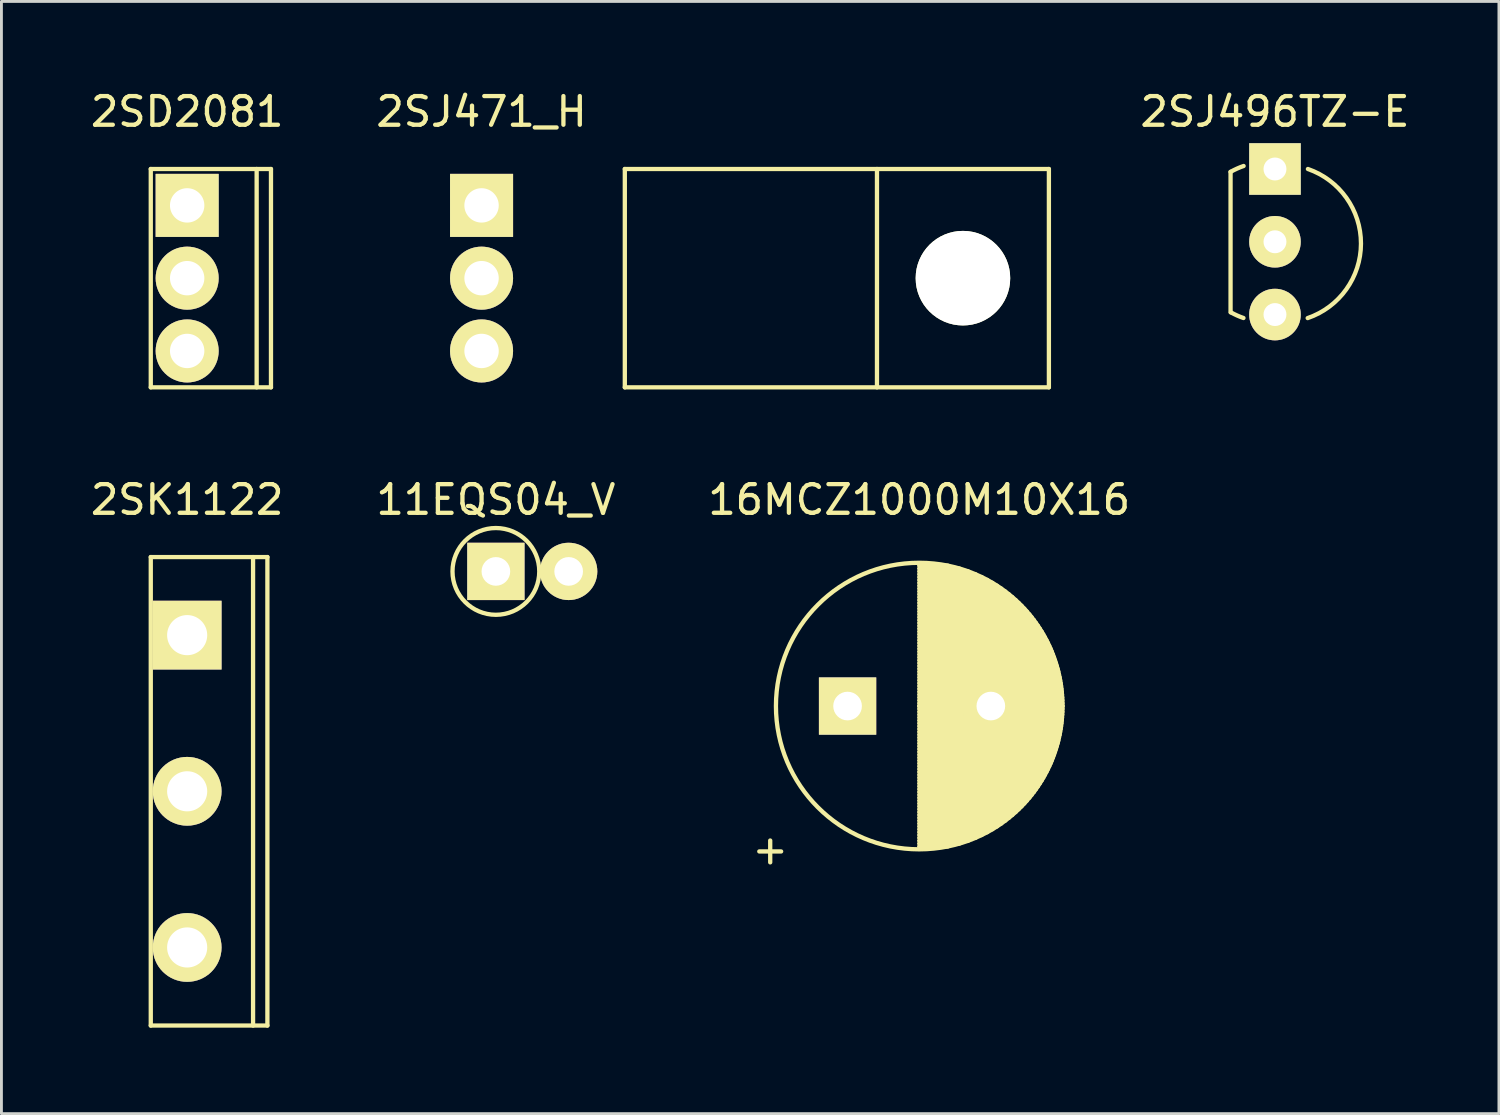
<source format=kicad_pcb>
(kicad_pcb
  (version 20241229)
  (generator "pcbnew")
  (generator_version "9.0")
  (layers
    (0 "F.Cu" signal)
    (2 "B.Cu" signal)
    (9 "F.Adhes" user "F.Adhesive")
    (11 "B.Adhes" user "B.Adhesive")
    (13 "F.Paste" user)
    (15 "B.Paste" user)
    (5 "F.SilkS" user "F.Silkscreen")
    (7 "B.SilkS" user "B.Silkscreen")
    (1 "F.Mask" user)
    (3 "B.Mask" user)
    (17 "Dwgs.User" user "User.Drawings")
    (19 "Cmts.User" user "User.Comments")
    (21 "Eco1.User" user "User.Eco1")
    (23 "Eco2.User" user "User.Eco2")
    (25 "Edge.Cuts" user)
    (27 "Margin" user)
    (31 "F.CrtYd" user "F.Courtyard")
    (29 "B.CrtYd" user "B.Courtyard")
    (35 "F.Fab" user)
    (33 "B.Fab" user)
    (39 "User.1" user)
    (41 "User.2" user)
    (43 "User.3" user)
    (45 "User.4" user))
  (footprint "2SK1122"
    (layer "F.Cu")
    (at 3.482 19.116)
    (property "Reference" "2SK1122" (at 0 -4.725 0) (layer "F.SilkS") (effects (font (size 1 1) (thickness 0.15))))
    (attr through_hole)
    (fp_line (start -1.27 -2.725) (end -1.27 13.625) (stroke (width 0.15) (type solid)) (layer "F.SilkS"))
    (fp_line (start -1.27 -2.725) (end 2.8 -2.725) (stroke (width 0.15) (type solid)) (layer "F.SilkS"))
    (fp_line (start -1.27 13.625) (end 2.8 13.625) (stroke (width 0.15) (type solid)) (layer "F.SilkS"))
    (fp_line (start 2.3 -2.725) (end 2.3 13.625) (stroke (width 0.15) (type solid)) (layer "F.SilkS"))
    (fp_line (start 2.8 -2.725) (end 2.8 13.625) (stroke (width 0.15) (type solid)) (layer "F.SilkS"))
    (pad "1" thru_hole rect (at 0 0) (size 2.4 2.4) (drill 1.4) (layers "*.Cu" "*.Mask" "F.SilkS"))
    (pad "2" thru_hole circle (at 0 5.45) (size 2.4 2.4) (drill 1.4) (layers "*.Cu" "*.Mask" "F.SilkS"))
    (pad "3" thru_hole circle (at 0 10.9) (size 2.4 2.4) (drill 1.4) (layers "*.Cu" "*.Mask" "F.SilkS")))
  (footprint "2SJ496TZ-E"
    (layer "F.Cu")
    (at 41.446 2.848)
    (property "Reference" "2SJ496TZ-E" (at 0 -2 0) (layer "F.SilkS") (effects (font (size 1 1) (thickness 0.15))))
    (attr through_hole)
    (fp_line (start -1.55 5) (end -1.55 0.1) (stroke (width 0.15) (type solid)) (layer "F.SilkS"))
    (fp_arc (start -1.55 0.1) (mid -1.326783 -0.012505) (end -1.09461 -0.105127) (stroke (width 0.15) (type solid)) (layer "F.SilkS"))
    (fp_arc (start -1.1 5.2) (mid -1.32318 5.111666) (end -1.537812 5.004217) (stroke (width 0.15) (type solid)) (layer "F.SilkS"))
    (fp_arc (start 1.15 0) (mid 3.00136 2.60449) (end 1.14151 5.202923) (stroke (width 0.15) (type solid)) (layer "F.SilkS"))
    (pad "1" thru_hole rect (at 0 0) (size 1.8 1.8) (drill 0.8) (layers "*.Cu" "*.Mask" "F.SilkS"))
    (pad "2" thru_hole circle (at 0 2.54) (size 1.8 1.8) (drill 0.8) (layers "*.Cu" "*.Mask" "F.SilkS"))
    (pad "3" thru_hole circle (at 0 5.08) (size 1.8 1.8) (drill 0.8) (layers "*.Cu" "*.Mask" "F.SilkS")))
  (footprint "16MCZ1000M10X16"
    (layer "F.Cu")
    (at 26.53 21.591)
    (property "Reference" "16MCZ1000M10X16" (at 2.5 -7.2 0) (layer "F.SilkS") (effects (font (size 1 1) (thickness 0.15))))
    (attr through_hole)
    (fp_line (start 2.5 -4.9) (end 3.495 -4.9) (stroke (width 0.15) (type solid)) (layer "F.SilkS"))
    (fp_line (start 2.5 -4.8) (end 3.9 -4.8) (stroke (width 0.15) (type solid)) (layer "F.SilkS"))
    (fp_line (start 2.5 -4.7) (end 4.206 -4.7) (stroke (width 0.15) (type solid)) (layer "F.SilkS"))
    (fp_line (start 2.5 -4.6) (end 4.46 -4.6) (stroke (width 0.15) (type solid)) (layer "F.SilkS"))
    (fp_line (start 2.5 -4.5) (end 4.679 -4.5) (stroke (width 0.15) (type solid)) (layer "F.SilkS"))
    (fp_line (start 2.5 -4.4) (end 4.875 -4.4) (stroke (width 0.15) (type solid)) (layer "F.SilkS"))
    (fp_line (start 2.5 -4.3) (end 5.051 -4.3) (stroke (width 0.15) (type solid)) (layer "F.SilkS"))
    (fp_line (start 2.5 -4.2) (end 5.213 -4.2) (stroke (width 0.15) (type solid)) (layer "F.SilkS"))
    (fp_line (start 2.5 -4.1) (end 5.362 -4.1) (stroke (width 0.15) (type solid)) (layer "F.SilkS"))
    (fp_line (start 2.5 -4) (end 5.5 -4) (stroke (width 0.15) (type solid)) (layer "F.SilkS"))
    (fp_line (start 2.5 -3.9) (end 5.629 -3.9) (stroke (width 0.15) (type solid)) (layer "F.SilkS"))
    (fp_line (start 2.5 -3.8) (end 5.75 -3.8) (stroke (width 0.15) (type solid)) (layer "F.SilkS"))
    (fp_line (start 2.5 -3.7) (end 5.863 -3.7) (stroke (width 0.15) (type solid)) (layer "F.SilkS"))
    (fp_line (start 2.5 -3.6) (end 5.97 -3.6) (stroke (width 0.15) (type solid)) (layer "F.SilkS"))
    (fp_line (start 2.5 -3.5) (end 6.071 -3.5) (stroke (width 0.15) (type solid)) (layer "F.SilkS"))
    (fp_line (start 2.5 -3.4) (end 6.166 -3.4) (stroke (width 0.15) (type solid)) (layer "F.SilkS"))
    (fp_line (start 2.5 -3.3) (end 6.256 -3.3) (stroke (width 0.15) (type solid)) (layer "F.SilkS"))
    (fp_line (start 2.5 -3.2) (end 6.342 -3.2) (stroke (width 0.15) (type solid)) (layer "F.SilkS"))
    (fp_line (start 2.5 -3.1) (end 6.423 -3.1) (stroke (width 0.15) (type solid)) (layer "F.SilkS"))
    (fp_line (start 2.5 -3) (end 6.5 -3) (stroke (width 0.15) (type solid)) (layer "F.SilkS"))
    (fp_line (start 2.5 -2.9) (end 6.573 -2.9) (stroke (width 0.15) (type solid)) (layer "F.SilkS"))
    (fp_line (start 2.5 -2.8) (end 6.642 -2.8) (stroke (width 0.15) (type solid)) (layer "F.SilkS"))
    (fp_line (start 2.5 -2.7) (end 6.708 -2.7) (stroke (width 0.15) (type solid)) (layer "F.SilkS"))
    (fp_line (start 2.5 -2.6) (end 6.771 -2.6) (stroke (width 0.15) (type solid)) (layer "F.SilkS"))
    (fp_line (start 2.5 -2.5) (end 6.83 -2.5) (stroke (width 0.15) (type solid)) (layer "F.SilkS"))
    (fp_line (start 2.5 -2.4) (end 6.886 -2.4) (stroke (width 0.15) (type solid)) (layer "F.SilkS"))
    (fp_line (start 2.5 -2.3) (end 6.94 -2.3) (stroke (width 0.15) (type solid)) (layer "F.SilkS"))
    (fp_line (start 2.5 -2.2) (end 6.99 -2.2) (stroke (width 0.15) (type solid)) (layer "F.SilkS"))
    (fp_line (start 2.5 -2.1) (end 7.038 -2.1) (stroke (width 0.15) (type solid)) (layer "F.SilkS"))
    (fp_line (start 2.5 -2) (end 7.083 -2) (stroke (width 0.15) (type solid)) (layer "F.SilkS"))
    (fp_line (start 2.5 -1.9) (end 7.125 -1.9) (stroke (width 0.15) (type solid)) (layer "F.SilkS"))
    (fp_line (start 2.5 -1.8) (end 7.165 -1.8) (stroke (width 0.15) (type solid)) (layer "F.SilkS"))
    (fp_line (start 2.5 -1.7) (end 7.202 -1.7) (stroke (width 0.15) (type solid)) (layer "F.SilkS"))
    (fp_line (start 2.5 -1.6) (end 7.237 -1.6) (stroke (width 0.15) (type solid)) (layer "F.SilkS"))
    (fp_line (start 2.5 -1.5) (end 7.27 -1.5) (stroke (width 0.15) (type solid)) (layer "F.SilkS"))
    (fp_line (start 2.5 -1.4) (end 7.3 -1.4) (stroke (width 0.15) (type solid)) (layer "F.SilkS"))
    (fp_line (start 2.5 -1.3) (end 7.328 -1.3) (stroke (width 0.15) (type solid)) (layer "F.SilkS"))
    (fp_line (start 2.5 -1.2) (end 7.354 -1.2) (stroke (width 0.15) (type solid)) (layer "F.SilkS"))
    (fp_line (start 2.5 -1.1) (end 7.377 -1.1) (stroke (width 0.15) (type solid)) (layer "F.SilkS"))
    (fp_line (start 2.5 -1) (end 7.399 -1) (stroke (width 0.15) (type solid)) (layer "F.SilkS"))
    (fp_line (start 2.5 -0.9) (end 7.418 -0.9) (stroke (width 0.15) (type solid)) (layer "F.SilkS"))
    (fp_line (start 2.5 -0.8) (end 7.436 -0.8) (stroke (width 0.15) (type solid)) (layer "F.SilkS"))
    (fp_line (start 2.5 -0.7) (end 7.451 -0.7) (stroke (width 0.15) (type solid)) (layer "F.SilkS"))
    (fp_line (start 2.5 -0.6) (end 7.464 -0.6) (stroke (width 0.15) (type solid)) (layer "F.SilkS"))
    (fp_line (start 2.5 -0.5) (end 7.475 -0.5) (stroke (width 0.15) (type solid)) (layer "F.SilkS"))
    (fp_line (start 2.5 -0.4) (end 7.484 -0.4) (stroke (width 0.15) (type solid)) (layer "F.SilkS"))
    (fp_line (start 2.5 -0.3) (end 7.491 -0.3) (stroke (width 0.15) (type solid)) (layer "F.SilkS"))
    (fp_line (start 2.5 -0.2) (end 7.496 -0.2) (stroke (width 0.15) (type solid)) (layer "F.SilkS"))
    (fp_line (start 2.5 -0.1) (end 7.499 -0.1) (stroke (width 0.15) (type solid)) (layer "F.SilkS"))
    (fp_line (start 2.5 0) (end 7.5 0) (stroke (width 0.15) (type solid)) (layer "F.SilkS"))
    (fp_line (start 2.5 0) (end 7.5 0) (stroke (width 0.15) (type solid)) (layer "F.SilkS"))
    (fp_line (start 2.5 0.1) (end 7.499 0.1) (stroke (width 0.15) (type solid)) (layer "F.SilkS"))
    (fp_line (start 2.5 0.2) (end 7.496 0.2) (stroke (width 0.15) (type solid)) (layer "F.SilkS"))
    (fp_line (start 2.5 0.3) (end 7.491 0.3) (stroke (width 0.15) (type solid)) (layer "F.SilkS"))
    (fp_line (start 2.5 0.4) (end 7.484 0.4) (stroke (width 0.15) (type solid)) (layer "F.SilkS"))
    (fp_line (start 2.5 0.5) (end 7.475 0.5) (stroke (width 0.15) (type solid)) (layer "F.SilkS"))
    (fp_line (start 2.5 0.6) (end 7.464 0.6) (stroke (width 0.15) (type solid)) (layer "F.SilkS"))
    (fp_line (start 2.5 0.7) (end 7.451 0.7) (stroke (width 0.15) (type solid)) (layer "F.SilkS"))
    (fp_line (start 2.5 0.8) (end 7.436 0.8) (stroke (width 0.15) (type solid)) (layer "F.SilkS"))
    (fp_line (start 2.5 0.9) (end 7.418 0.9) (stroke (width 0.15) (type solid)) (layer "F.SilkS"))
    (fp_line (start 2.5 1) (end 7.399 1) (stroke (width 0.15) (type solid)) (layer "F.SilkS"))
    (fp_line (start 2.5 1.1) (end 7.377 1.1) (stroke (width 0.15) (type solid)) (layer "F.SilkS"))
    (fp_line (start 2.5 1.2) (end 7.354 1.2) (stroke (width 0.15) (type solid)) (layer "F.SilkS"))
    (fp_line (start 2.5 1.3) (end 7.328 1.3) (stroke (width 0.15) (type solid)) (layer "F.SilkS"))
    (fp_line (start 2.5 1.4) (end 7.3 1.4) (stroke (width 0.15) (type solid)) (layer "F.SilkS"))
    (fp_line (start 2.5 1.5) (end 7.27 1.5) (stroke (width 0.15) (type solid)) (layer "F.SilkS"))
    (fp_line (start 2.5 1.6) (end 7.237 1.6) (stroke (width 0.15) (type solid)) (layer "F.SilkS"))
    (fp_line (start 2.5 1.7) (end 7.202 1.7) (stroke (width 0.15) (type solid)) (layer "F.SilkS"))
    (fp_line (start 2.5 1.8) (end 7.165 1.8) (stroke (width 0.15) (type solid)) (layer "F.SilkS"))
    (fp_line (start 2.5 1.9) (end 7.125 1.9) (stroke (width 0.15) (type solid)) (layer "F.SilkS"))
    (fp_line (start 2.5 2) (end 7.083 2) (stroke (width 0.15) (type solid)) (layer "F.SilkS"))
    (fp_line (start 2.5 2.1) (end 7.038 2.1) (stroke (width 0.15) (type solid)) (layer "F.SilkS"))
    (fp_line (start 2.5 2.2) (end 6.99 2.2) (stroke (width 0.15) (type solid)) (layer "F.SilkS"))
    (fp_line (start 2.5 2.3) (end 6.94 2.3) (stroke (width 0.15) (type solid)) (layer "F.SilkS"))
    (fp_line (start 2.5 2.4) (end 6.886 2.4) (stroke (width 0.15) (type solid)) (layer "F.SilkS"))
    (fp_line (start 2.5 2.5) (end 6.83 2.5) (stroke (width 0.15) (type solid)) (layer "F.SilkS"))
    (fp_line (start 2.5 2.6) (end 6.771 2.6) (stroke (width 0.15) (type solid)) (layer "F.SilkS"))
    (fp_line (start 2.5 2.7) (end 6.708 2.7) (stroke (width 0.15) (type solid)) (layer "F.SilkS"))
    (fp_line (start 2.5 2.8) (end 6.642 2.8) (stroke (width 0.15) (type solid)) (layer "F.SilkS"))
    (fp_line (start 2.5 2.9) (end 6.573 2.9) (stroke (width 0.15) (type solid)) (layer "F.SilkS"))
    (fp_line (start 2.5 3) (end 6.5 3) (stroke (width 0.15) (type solid)) (layer "F.SilkS"))
    (fp_line (start 2.5 3.1) (end 6.423 3.1) (stroke (width 0.15) (type solid)) (layer "F.SilkS"))
    (fp_line (start 2.5 3.2) (end 6.342 3.2) (stroke (width 0.15) (type solid)) (layer "F.SilkS"))
    (fp_line (start 2.5 3.3) (end 6.256 3.3) (stroke (width 0.15) (type solid)) (layer "F.SilkS"))
    (fp_line (start 2.5 3.4) (end 6.166 3.4) (stroke (width 0.15) (type solid)) (layer "F.SilkS"))
    (fp_line (start 2.5 3.5) (end 6.071 3.5) (stroke (width 0.15) (type solid)) (layer "F.SilkS"))
    (fp_line (start 2.5 3.6) (end 5.97 3.6) (stroke (width 0.15) (type solid)) (layer "F.SilkS"))
    (fp_line (start 2.5 3.7) (end 5.863 3.7) (stroke (width 0.15) (type solid)) (layer "F.SilkS"))
    (fp_line (start 2.5 3.8) (end 5.75 3.8) (stroke (width 0.15) (type solid)) (layer "F.SilkS"))
    (fp_line (start 2.5 3.9) (end 5.629 3.9) (stroke (width 0.15) (type solid)) (layer "F.SilkS"))
    (fp_line (start 2.5 4) (end 5.5 4) (stroke (width 0.15) (type solid)) (layer "F.SilkS"))
    (fp_line (start 2.5 4.1) (end 5.362 4.1) (stroke (width 0.15) (type solid)) (layer "F.SilkS"))
    (fp_line (start 2.5 4.2) (end 5.213 4.2) (stroke (width 0.15) (type solid)) (layer "F.SilkS"))
    (fp_line (start 2.5 4.3) (end 5.051 4.3) (stroke (width 0.15) (type solid)) (layer "F.SilkS"))
    (fp_line (start 2.5 4.4) (end 4.875 4.4) (stroke (width 0.15) (type solid)) (layer "F.SilkS"))
    (fp_line (start 2.5 4.5) (end 4.679 4.5) (stroke (width 0.15) (type solid)) (layer "F.SilkS"))
    (fp_line (start 2.5 4.6) (end 4.46 4.6) (stroke (width 0.15) (type solid)) (layer "F.SilkS"))
    (fp_line (start 2.5 4.7) (end 4.206 4.7) (stroke (width 0.15) (type solid)) (layer "F.SilkS"))
    (fp_line (start 2.5 4.8) (end 3.9 4.8) (stroke (width 0.15) (type solid)) (layer "F.SilkS"))
    (fp_line (start 2.5 4.9) (end 3.495 4.9) (stroke (width 0.15) (type solid)) (layer "F.SilkS"))
    (fp_circle (center 2.5 0) (end 2.5 -5) (stroke (width 0.15) (type solid)) (fill no) (layer "F.SilkS"))
    (fp_text user "+" (at -2.7 5 0) (layer "F.SilkS") (effects (font (size 1 1) (thickness 0.15))))
    (pad "1" thru_hole rect (at 0 0) (size 2 2) (drill 1) (layers "*.Cu" "*.Mask" "F.SilkS"))
    (pad "2" thru_hole circle (at 5 0) (size 2 2) (drill 1) (layers "*.Cu" "*.Mask" "F.SilkS")))
  (footprint "11EQS04_V"
    (layer "F.Cu")
    (at 14.256 16.892)
    (property "Reference" "11EQS04_V" (at 0 -2.5 0) (layer "F.SilkS") (effects (font (size 1 1) (thickness 0.15))))
    (attr through_hole)
    (fp_circle (center 0 0) (end 0 -1.514) (stroke (width 0.15) (type solid)) (fill no) (layer "F.SilkS"))
    (pad "1" thru_hole rect (at 0 0) (size 2 2) (drill 1) (layers "*.Cu" "*.Mask" "F.SilkS"))
    (pad "2" thru_hole circle (at 2.54 0) (size 2 2) (drill 1) (layers "*.Cu" "*.Mask" "F.SilkS")))
  (footprint "2SJ471_H"
    (layer "F.Cu")
    (at 13.756 4.118)
    (property "Reference" "2SJ471_H" (at 0 -3.27 0) (layer "F.SilkS") (effects (font (size 1 1) (thickness 0.15))))
    (attr through_hole)
    (fp_line (start 5 -1.27) (end 5 6.35) (stroke (width 0.15) (type solid)) (layer "F.SilkS"))
    (fp_line (start 5 -1.27) (end 19.8 -1.27) (stroke (width 0.15) (type solid)) (layer "F.SilkS"))
    (fp_line (start 5 6.35) (end 19.8 6.35) (stroke (width 0.15) (type solid)) (layer "F.SilkS"))
    (fp_line (start 13.8 -1.27) (end 13.8 6.35) (stroke (width 0.15) (type solid)) (layer "F.SilkS"))
    (fp_line (start 19.8 -1.27) (end 19.8 6.35) (stroke (width 0.15) (type solid)) (layer "F.SilkS"))
    (pad "" np_thru_hole circle (at 16.8 2.54) (size 3.3 3.3) (drill 3.3) (layers "*.Cu" "*.Mask" "F.SilkS"))
    (pad "1" thru_hole rect (at 0 0) (size 2.2 2.2) (drill 1.2) (layers "*.Cu" "*.Mask" "F.SilkS"))
    (pad "2" thru_hole circle (at 0 2.54) (size 2.2 2.2) (drill 1.2) (layers "*.Cu" "*.Mask" "F.SilkS"))
    (pad "3" thru_hole circle (at 0 5.08) (size 2.2 2.2) (drill 1.2) (layers "*.Cu" "*.Mask" "F.SilkS")))
  (footprint "2SD2081"
    (layer "F.Cu")
    (at 3.482 4.118)
    (property "Reference" "2SD2081" (at 0 -3.27 0) (layer "F.SilkS") (effects (font (size 1 1) (thickness 0.15))))
    (attr through_hole)
    (fp_line (start -1.27 -1.27) (end -1.27 6.35) (stroke (width 0.15) (type solid)) (layer "F.SilkS"))
    (fp_line (start -1.27 -1.27) (end 2.925 -1.27) (stroke (width 0.15) (type solid)) (layer "F.SilkS"))
    (fp_line (start -1.27 6.35) (end 2.925 6.35) (stroke (width 0.15) (type solid)) (layer "F.SilkS"))
    (fp_line (start 2.425 -1.27) (end 2.425 6.35) (stroke (width 0.15) (type solid)) (layer "F.SilkS"))
    (fp_line (start 2.925 -1.27) (end 2.925 6.35) (stroke (width 0.15) (type solid)) (layer "F.SilkS"))
    (pad "1" thru_hole rect (at 0 0) (size 2.2 2.2) (drill 1.2) (layers "*.Cu" "*.Mask" "F.SilkS"))
    (pad "2" thru_hole circle (at 0 2.54) (size 2.2 2.2) (drill 1.2) (layers "*.Cu" "*.Mask" "F.SilkS"))
    (pad "3" thru_hole circle (at 0 5.08) (size 2.2 2.2) (drill 1.2) (layers "*.Cu" "*.Mask" "F.SilkS")))
  (gr_rect
    (start -3 -3)
    (end 49.262 35.816)
    (stroke (width 0.1) (type default))
    (fill no)
    (layer "Edge.Cuts")))
</source>
